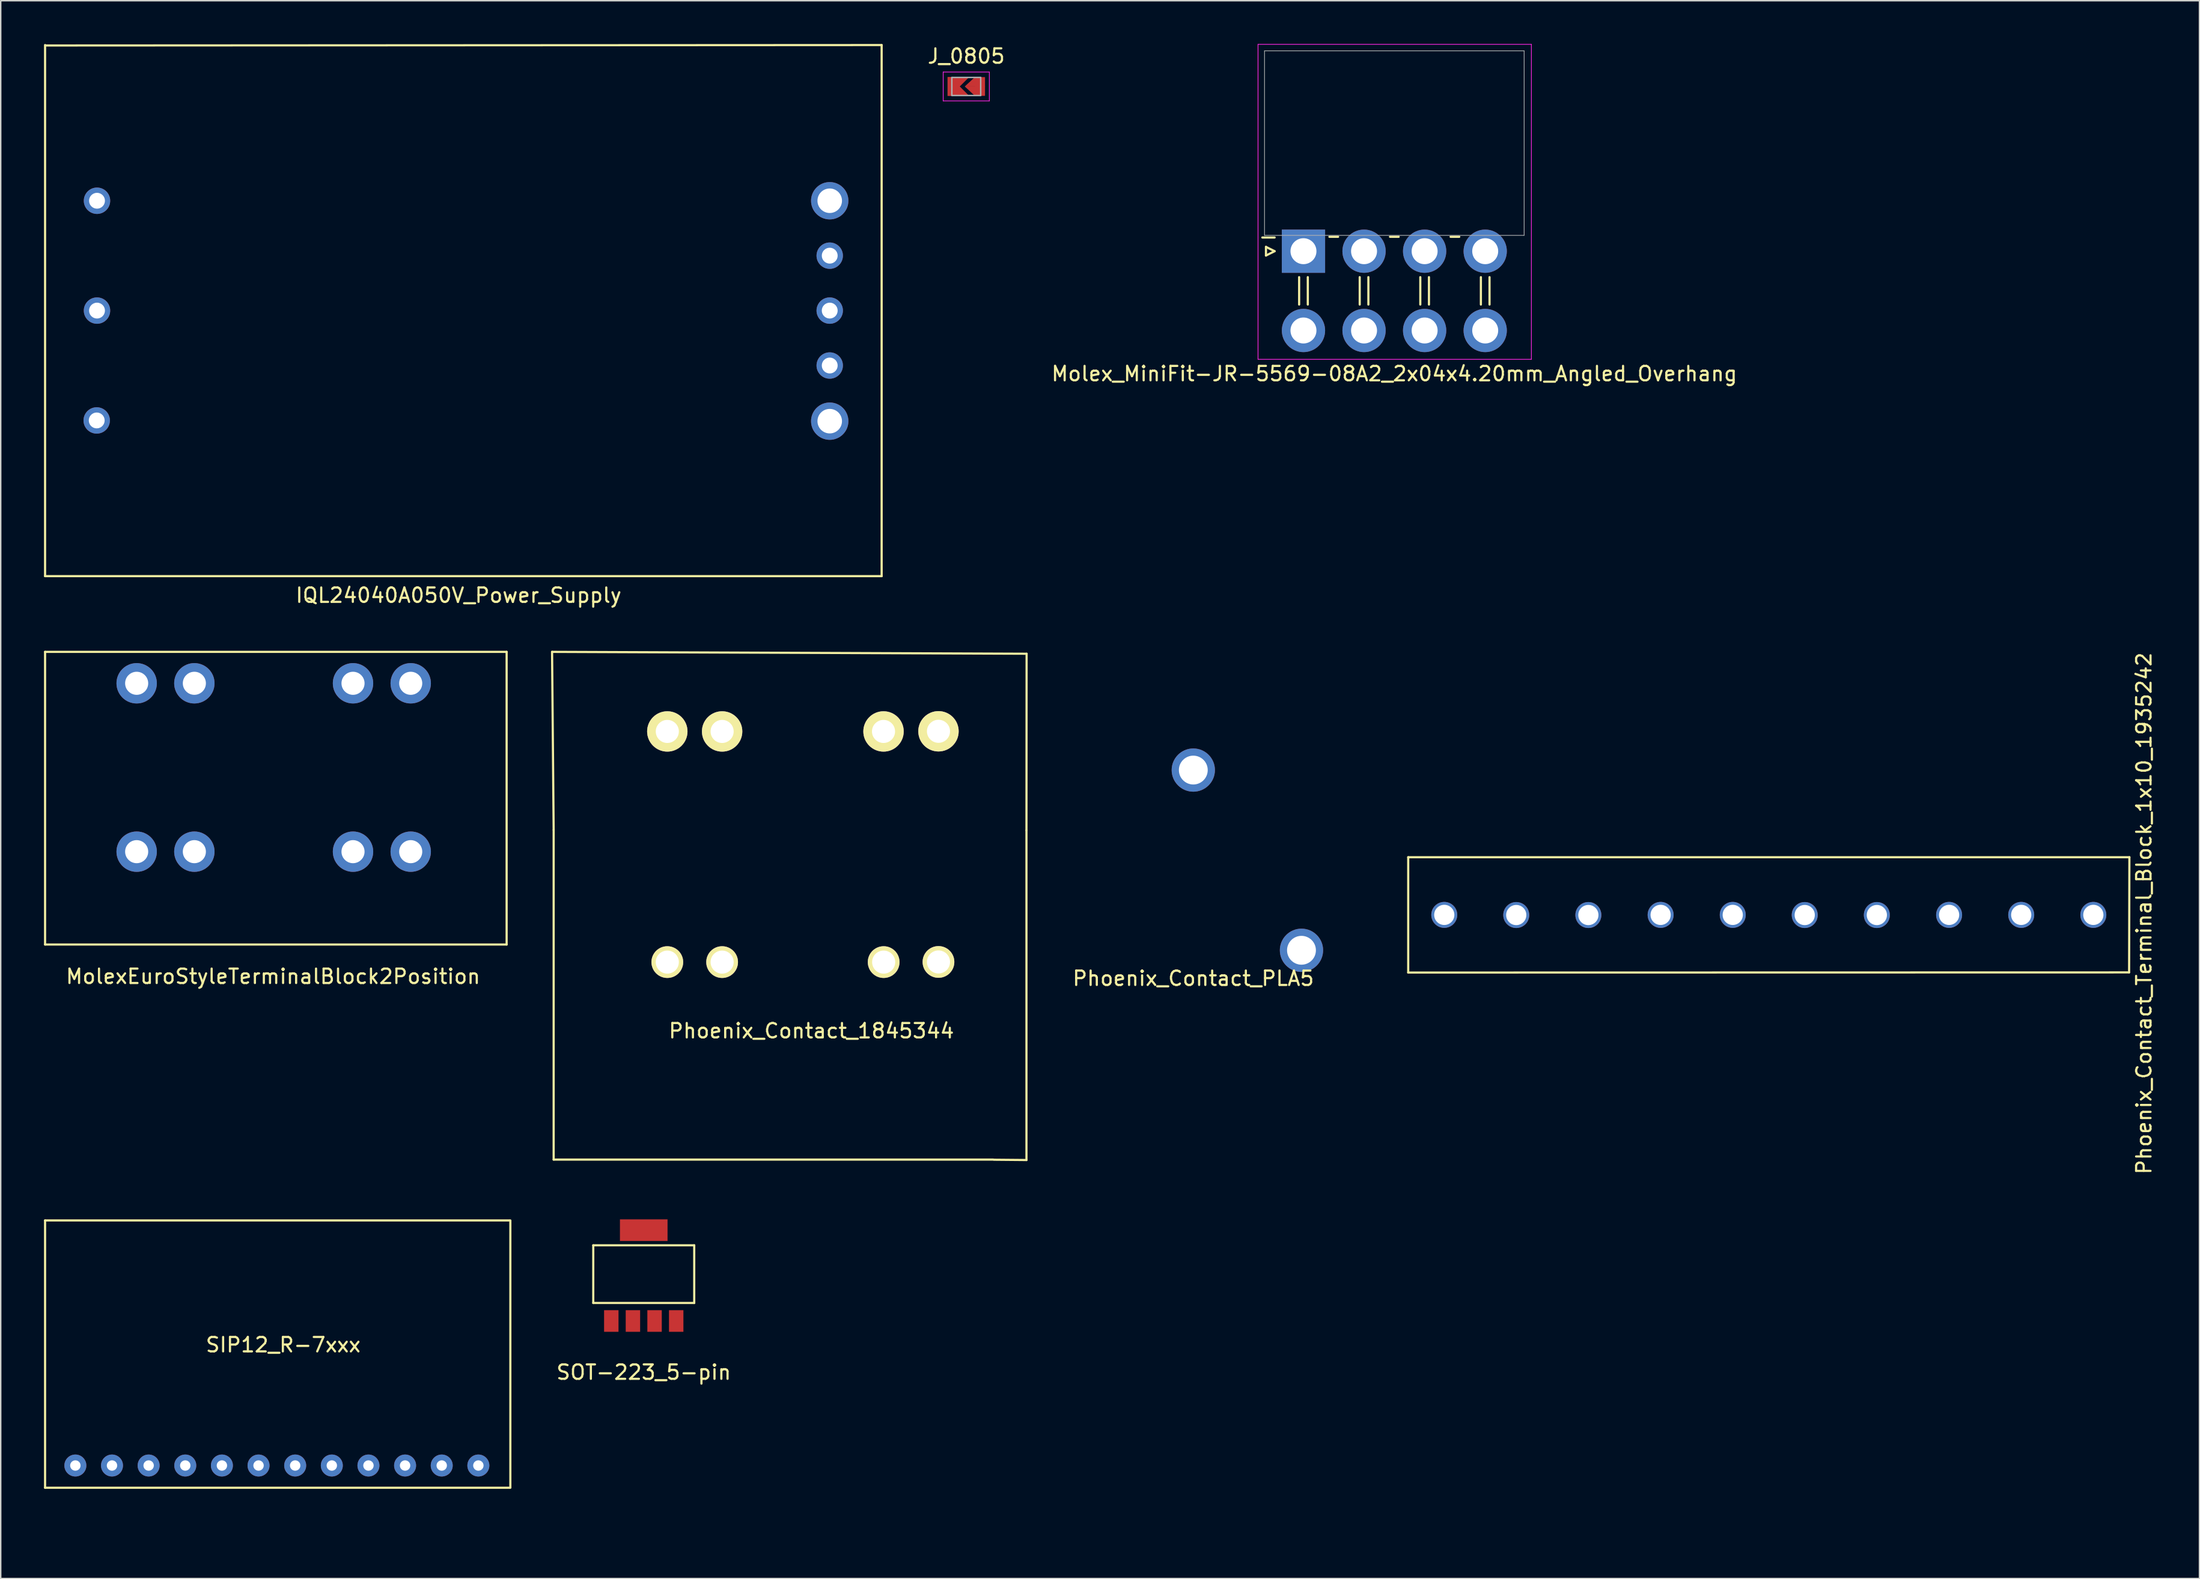
<source format=kicad_pcb>
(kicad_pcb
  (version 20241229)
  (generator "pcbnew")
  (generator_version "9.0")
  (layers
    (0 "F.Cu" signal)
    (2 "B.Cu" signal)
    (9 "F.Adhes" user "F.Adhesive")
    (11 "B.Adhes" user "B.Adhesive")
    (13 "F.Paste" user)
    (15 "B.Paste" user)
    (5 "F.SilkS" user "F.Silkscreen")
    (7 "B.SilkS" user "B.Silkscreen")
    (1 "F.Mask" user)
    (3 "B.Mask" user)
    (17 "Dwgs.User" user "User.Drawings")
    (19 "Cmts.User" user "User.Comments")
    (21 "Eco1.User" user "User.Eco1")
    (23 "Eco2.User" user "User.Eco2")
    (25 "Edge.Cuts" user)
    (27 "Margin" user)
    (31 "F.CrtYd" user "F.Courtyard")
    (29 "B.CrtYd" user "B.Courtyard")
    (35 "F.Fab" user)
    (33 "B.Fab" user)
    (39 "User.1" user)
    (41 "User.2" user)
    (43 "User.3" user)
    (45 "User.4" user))
  (footprint "IQL24040A050V_Power_Supply"
    (layer "F.Cu")
    (at 54.475 10.875)
    (property "Reference" "IQL24040A050V_Power_Supply" (at -25.73 27.37 180) (layer "F.SilkS") (effects (font (size 1 1) (thickness 0.15))))
    (attr through_hole)
    (fp_line (start -54.4 26.04) (end -54.4 -10.8) (stroke (width 0.15) (type solid)) (layer "F.SilkS"))
    (fp_line (start -54.36 -10.77) (end 3.6 -10.8) (stroke (width 0.15) (type solid)) (layer "F.SilkS"))
    (fp_line (start 3.6 -10.8) (end 3.6 26.04) (stroke (width 0.15) (type solid)) (layer "F.SilkS"))
    (fp_line (start 3.6 26.04) (end -54.4 26.04) (stroke (width 0.15) (type solid)) (layer "F.SilkS"))
    (pad "1" thru_hole circle (at -50.8 0) (size 1.83 1.83) (drill 1.1) (layers "*.Cu" "*.Mask"))
    (pad "2" thru_hole circle (at -50.8 7.62) (size 1.83 1.83) (drill 1.1) (layers "*.Cu" "*.Mask"))
    (pad "3" thru_hole circle (at -50.82 15.24) (size 1.83 1.83) (drill 1.1) (layers "*.Cu" "*.Mask"))
    (pad "4" thru_hole circle (at 0 15.29) (size 2.59 2.59) (drill 1.7) (layers "*.Cu" "*.Mask"))
    (pad "6" thru_hole circle (at 0 7.62) (size 1.83 1.83) (drill 1.1) (layers "*.Cu" "*.Mask"))
    (pad "7" thru_hole circle (at 0 3.81) (size 1.83 1.83) (drill 1.1) (layers "*.Cu" "*.Mask"))
    (pad "8" thru_hole circle (at 0 0) (size 2.59 2.59) (drill 1.7) (layers "*.Cu" "*.Mask"))
    (pad "8" thru_hole circle (at 0 11.43) (size 1.83 1.83) (drill 1.1) (layers "*.Cu" "*.Mask")))
  (footprint "MolexEuroStyleTerminalBlock2Position"
    (layer "F.Cu")
    (at 16.075 62.468)
    (property "Reference" "MolexEuroStyleTerminalBlock2Position" (at -0.19 2.215 0) (layer "F.SilkS") (effects (font (size 1 1) (thickness 0.15))))
    (attr through_hole)
    (fp_line (start -16 0) (end -16 -20.3) (stroke (width 0.15) (type solid)) (layer "F.SilkS"))
    (fp_line (start 16 -20.3) (end -16 -20.3) (stroke (width 0.15) (type solid)) (layer "F.SilkS"))
    (fp_line (start 16 0) (end -16 0) (stroke (width 0.15) (type solid)) (layer "F.SilkS"))
    (fp_line (start 16 0) (end 16 -20.3) (stroke (width 0.15) (type solid)) (layer "F.SilkS"))
    (pad "1" thru_hole circle (at -9.65 -6.44) (size 2.8 2.8) (drill 1.6) (layers "*.Cu" "*.Mask"))
    (pad "2" thru_hole circle (at -5.65 -6.44) (size 2.8 2.8) (drill 1.6) (layers "*.Cu" "*.Mask"))
    (pad "3" thru_hole circle (at -9.65 -18.12) (size 2.8 2.8) (drill 1.6) (layers "*.Cu" "*.Mask"))
    (pad "4" thru_hole circle (at -5.65 -18.12) (size 2.8 2.8) (drill 1.6) (layers "*.Cu" "*.Mask"))
    (pad "5" thru_hole circle (at 5.35 -18.12) (size 2.8 2.8) (drill 1.6) (layers "*.Cu" "*.Mask"))
    (pad "6" thru_hole circle (at 9.35 -18.12) (size 2.8 2.8) (drill 1.6) (layers "*.Cu" "*.Mask"))
    (pad "7" thru_hole circle (at 5.35 -6.44) (size 2.8 2.8) (drill 1.6) (layers "*.Cu" "*.Mask"))
    (pad "8" thru_hole circle (at 9.35 -6.44) (size 2.8 2.8) (drill 1.6) (layers "*.Cu" "*.Mask")))
  (footprint "SOT-223_5-pin"
    (layer "F.Cu")
    (at 41.581 88.584)
    (property "Reference" "SOT-223_5-pin" (at 0 3.556 0) (layer "F.SilkS") (effects (font (size 1 1) (thickness 0.15))))
    (attr through_hole)
    (fp_line (start -3.5 -5.25) (end 3.5 -5.25) (stroke (width 0.15) (type solid)) (layer "F.SilkS"))
    (fp_line (start -3.5 -1.25) (end -3.5 -5.25) (stroke (width 0.15) (type solid)) (layer "F.SilkS"))
    (fp_line (start 3.5 -5.25) (end 3.5 -1.25) (stroke (width 0.15) (type solid)) (layer "F.SilkS"))
    (fp_line (start 3.5 -1.25) (end -3.5 -1.25) (stroke (width 0.15) (type solid)) (layer "F.SilkS"))
    (pad "1" smd rect (at -2.25 0) (size 1 1.5) (layers "F.Cu" "F.Mask" "F.Paste"))
    (pad "2" smd rect (at -0.75 0) (size 1 1.5) (layers "F.Cu" "F.Mask" "F.Paste"))
    (pad "3" smd rect (at 0.75 0) (size 1 1.5) (layers "F.Cu" "F.Mask" "F.Paste"))
    (pad "4" smd rect (at 2.25 0) (size 1 1.5) (layers "F.Cu" "F.Mask" "F.Paste"))
    (pad "5" smd rect (at 0 -6.3) (size 3.3 1.5) (layers "F.Cu" "F.Mask" "F.Paste")))
  (footprint "Phoenix_Contact_Terminal_Block_1x10_1935242"
    (layer "F.Cu")
    (at 119.582 60.413)
    (property "Reference" "Phoenix_Contact_Terminal_Block_1x10_1935242" (at 26.01 -0.1 90) (layer "F.SilkS") (effects (font (size 1 1) (thickness 0.15))))
    (attr through_hole)
    (fp_line (start -25 -4) (end 25 -4) (stroke (width 0.15) (type solid)) (layer "F.SilkS"))
    (fp_line (start -25 4) (end -25 -4) (stroke (width 0.15) (type solid)) (layer "F.SilkS"))
    (fp_line (start 24.98 3.99) (end -25 4) (stroke (width 0.15) (type solid)) (layer "F.SilkS"))
    (fp_line (start 25 -4) (end 24.98 3.99) (stroke (width 0.15) (type solid)) (layer "F.SilkS"))
    (pad "1" thru_hole circle (at -22.5 0) (size 1.8 1.8) (drill 1.4) (layers "*.Cu" "*.Mask"))
    (pad "2" thru_hole circle (at -17.51 0.01) (size 1.8 1.8) (drill 1.4) (layers "*.Cu" "*.Mask"))
    (pad "3" thru_hole circle (at -12.51 0.01) (size 1.8 1.8) (drill 1.4) (layers "*.Cu" "*.Mask"))
    (pad "4" thru_hole circle (at -7.5 0) (size 1.8 1.8) (drill 1.4) (layers "*.Cu" "*.Mask"))
    (pad "5" thru_hole circle (at -2.5 0) (size 1.8 1.8) (drill 1.4) (layers "*.Cu" "*.Mask"))
    (pad "6" thru_hole circle (at 2.49 0.01) (size 1.8 1.8) (drill 1.4) (layers "*.Cu" "*.Mask"))
    (pad "7" thru_hole circle (at 7.49 0.01) (size 1.8 1.8) (drill 1.4) (layers "*.Cu" "*.Mask"))
    (pad "8" thru_hole circle (at 12.5 0) (size 1.8 1.8) (drill 1.4) (layers "*.Cu" "*.Mask"))
    (pad "9" thru_hole circle (at 17.5 0) (size 1.8 1.8) (drill 1.4) (layers "*.Cu" "*.Mask"))
    (pad "10" thru_hole circle (at 22.5 0) (size 1.8 1.8) (drill 1.4) (layers "*.Cu" "*.Mask")))
  (footprint "SIP12_R-7xxx"
    (layer "F.Cu")
    (at 16.585 103.199)
    (property "Reference" "SIP12_R-7xxx" (at 0 -12.962 0) (layer "F.SilkS") (effects (font (size 1 1) (thickness 0.15))))
    (attr through_hole)
    (fp_line (start -16.51 -21.59) (end -16.51 -3.048) (stroke (width 0.15) (type solid)) (layer "F.SilkS"))
    (fp_line (start -16.51 -21.59) (end 15.69 -21.59) (stroke (width 0.15) (type solid)) (layer "F.SilkS"))
    (fp_line (start -16.51 -3.048) (end 15.69 -3.048) (stroke (width 0.15) (type solid)) (layer "F.SilkS"))
    (fp_line (start 15.748 -21.59) (end 15.748 -3.048) (stroke (width 0.15) (type solid)) (layer "F.SilkS"))
    (pad "1" thru_hole circle (at -14.41 -4.59) (size 1.524 1.524) (drill 0.72) (layers "*.Cu" "*.Mask"))
    (pad "1" thru_hole circle (at -11.87 -4.59) (size 1.524 1.524) (drill 0.72) (layers "*.Cu" "*.Mask"))
    (pad "1" thru_hole circle (at -9.33 -4.59) (size 1.524 1.524) (drill 0.72) (layers "*.Cu" "*.Mask"))
    (pad "1" thru_hole circle (at -6.79 -4.59) (size 1.524 1.524) (drill 0.72) (layers "*.Cu" "*.Mask"))
    (pad "1" thru_hole circle (at -4.25 -4.59) (size 1.524 1.524) (drill 0.72) (layers "*.Cu" "*.Mask"))
    (pad "1" thru_hole circle (at -1.71 -4.59) (size 1.524 1.524) (drill 0.72) (layers "*.Cu" "*.Mask"))
    (pad "1" thru_hole circle (at 0.83 -4.59) (size 1.524 1.524) (drill 0.72) (layers "*.Cu" "*.Mask"))
    (pad "1" thru_hole circle (at 3.37 -4.59) (size 1.524 1.524) (drill 0.72) (layers "*.Cu" "*.Mask"))
    (pad "1" thru_hole circle (at 5.91 -4.59) (size 1.524 1.524) (drill 0.72) (layers "*.Cu" "*.Mask"))
    (pad "1" thru_hole circle (at 8.45 -4.59) (size 1.524 1.524) (drill 0.72) (layers "*.Cu" "*.Mask"))
    (pad "1" thru_hole circle (at 10.99 -4.59) (size 1.524 1.524) (drill 0.72) (layers "*.Cu" "*.Mask"))
    (pad "1" thru_hole circle (at 13.53 -4.59) (size 1.524 1.524) (drill 0.72) (layers "*.Cu" "*.Mask")))
  (footprint "J_0805"
    (layer "F.Cu")
    (at 63.942 2.948)
    (property "Reference" "J_0805" (at 0 -2.1 0) (layer "F.SilkS") (effects (font (size 1 1) (thickness 0.15))))
    (attr smd)
    (fp_line (start -1.6 -1) (end -1.6 1) (stroke (width 0.05) (type solid)) (layer "F.CrtYd"))
    (fp_line (start -1.6 -1) (end 1.6 -1) (stroke (width 0.05) (type solid)) (layer "F.CrtYd"))
    (fp_line (start -1.6 1) (end 1.6 1) (stroke (width 0.05) (type solid)) (layer "F.CrtYd"))
    (fp_line (start 1.6 -1) (end 1.6 1) (stroke (width 0.05) (type solid)) (layer "F.CrtYd"))
    (fp_line (start -1 -0.625) (end 1 -0.625) (stroke (width 0.1) (type solid)) (layer "F.Fab"))
    (fp_line (start -1 0.625) (end -1 -0.625) (stroke (width 0.1) (type solid)) (layer "F.Fab"))
    (fp_line (start 1 -0.625) (end 1 0.625) (stroke (width 0.1) (type solid)) (layer "F.Fab"))
    (fp_line (start 1 0.625) (end -1 0.625) (stroke (width 0.1) (type solid)) (layer "F.Fab"))
    (pad "" smd trapezoid (at -0.55 -0.3 90) (size 0.7 0.8) (rect_delta -0.7 0) (layers "F.Cu" "F.Mask"))
    (pad "" smd trapezoid (at -0.55 0.3 270) (size 0.7 0.8) (rect_delta -0.7 0) (layers "F.Cu" "F.Mask"))
    (pad "" smd trapezoid (at 0.6 -0.325 270) (size 0.65 0.71) (rect_delta -0.7 0) (layers "F.Cu" "F.Mask"))
    (pad "" smd trapezoid (at 0.6 0.325 90) (size 0.65 0.71) (rect_delta -0.7 0) (layers "F.Cu" "F.Mask"))
    (pad "1" smd rect (at -0.95 0) (size 0.7 1.3) (layers "F.Cu" "F.Mask"))
    (pad "2" smd rect (at 0.95 0) (size 0.7 1.3) (layers "F.Cu" "F.Mask")))
  (footprint "Phoenix_Contact_PLA5"
    (layer "F.Cu")
    (at 79.682 50.368)
    (property "Reference" "Phoenix_Contact_PLA5" (at 0 14.45 0) (layer "F.SilkS") (effects (font (size 1 1) (thickness 0.15))))
    (attr through_hole)
    (fp_line (start -4.25 -8.2) (end 11.75 -8.2) (stroke (width 0.15) (type solid)) (layer "B.Paste"))
    (fp_line (start -4.25 20.7) (end -4.25 -8.2) (stroke (width 0.15) (type solid)) (layer "B.Paste"))
    (fp_line (start 7.5 20.7) (end -4.25 20.7) (stroke (width 0.15) (type solid)) (layer "B.Paste"))
    (fp_line (start 11.75 12.5) (end 11.75 -8.2) (stroke (width 0.15) (type solid)) (layer "B.Paste"))
    (fp_line (start 11.75 12.5) (end 11.75 20.7) (stroke (width 0.15) (type solid)) (layer "B.Paste"))
    (fp_line (start 11.75 20.7) (end 7.5 20.7) (stroke (width 0.15) (type solid)) (layer "B.Paste"))
    (pad "1" thru_hole circle (at 0 0) (size 3 3) (drill 2) (layers "*.Cu" "*.Mask"))
    (pad "2" thru_hole circle (at 7.5 12.5) (size 3 3) (drill 2) (layers "*.Cu" "*.Mask")))
  (footprint "Phoenix_Contact_1845344"
    (layer "F.Cu")
    (at 40.415 59.608)
    (property "Reference" "Phoenix_Contact_1845344" (at 12.79 8.85 0) (layer "F.SilkS") (effects (font (size 1 1) (thickness 0.15))))
    (attr through_hole)
    (fp_line (start -5.19 -17.44) (end 27.71 -17.31) (stroke (width 0.15) (type solid)) (layer "F.SilkS"))
    (fp_line (start -5.08 -5.1) (end -5.19 -17.44) (stroke (width 0.15) (type solid)) (layer "F.SilkS"))
    (fp_line (start -5.08 17.78) (end -5.08 -5.08) (stroke (width 0.15) (type solid)) (layer "F.SilkS"))
    (fp_line (start 25.4 17.78) (end -5.08 17.78) (stroke (width 0.15) (type solid)) (layer "F.SilkS"))
    (fp_line (start 25.45 17.79) (end 27.7 17.81) (stroke (width 0.15) (type solid)) (layer "F.SilkS"))
    (fp_line (start 27.7 -5.07) (end 27.71 -17.31) (stroke (width 0.15) (type solid)) (layer "F.SilkS"))
    (fp_line (start 27.7 -5.05) (end 27.7 17.81) (stroke (width 0.15) (type solid)) (layer "F.SilkS"))
    (pad "1" thru_hole circle (at 2.8 -11.92) (size 2.8 2.8) (drill 1.6) (layers "*.Cu" "*.Mask" "F.SilkS"))
    (pad "1" thru_hole circle (at 2.8 4.08) (size 2.2 2.2) (drill 1.6) (layers "*.Cu" "*.Mask" "F.SilkS"))
    (pad "1" thru_hole circle (at 6.6 -11.92) (size 2.8 2.8) (drill 1.6) (layers "*.Cu" "*.Mask" "F.SilkS"))
    (pad "1" thru_hole circle (at 6.6 4.08) (size 2.2 2.2) (drill 1.6) (layers "*.Cu" "*.Mask" "F.SilkS"))
    (pad "2" thru_hole circle (at 17.79 -11.92) (size 2.8 2.8) (drill 1.6) (layers "*.Cu" "*.Mask" "F.SilkS"))
    (pad "2" thru_hole circle (at 17.8 4.08) (size 2.2 2.2) (drill 1.6) (layers "*.Cu" "*.Mask" "F.SilkS"))
    (pad "2" thru_hole circle (at 21.6 -11.93) (size 2.8 2.8) (drill 1.6) (layers "*.Cu" "*.Mask" "F.SilkS"))
    (pad "2" thru_hole circle (at 21.6 4.07) (size 2.2 2.2) (drill 1.6) (layers "*.Cu" "*.Mask" "F.SilkS")))
  (footprint "Molex_MiniFit-JR-5569-08A2_2x04x4.20mm_Angled_Overhang"
    (layer "F.Cu")
    (at 87.32 14.375)
    (property "Reference" "Molex_MiniFit-JR-5569-08A2_2x04x4.20mm_Angled_Overhang" (at 6.3 8.5 0) (layer "F.SilkS") (effects (font (size 1 1) (thickness 0.15))))
    (attr through_hole)
    (fp_line (start -2.6 -0.3) (end -2 0) (stroke (width 0.15) (type solid)) (layer "F.SilkS"))
    (fp_line (start -2.6 0.3) (end -2.6 -0.3) (stroke (width 0.15) (type solid)) (layer "F.SilkS"))
    (fp_line (start -2 -0.95) (end -2.85 -0.95) (stroke (width 0.15) (type solid)) (layer "F.SilkS"))
    (fp_line (start -2 0) (end -2.6 0.3) (stroke (width 0.15) (type solid)) (layer "F.SilkS"))
    (fp_line (start -0.3 1.8) (end -0.3 3.7) (stroke (width 0.15) (type solid)) (layer "F.SilkS"))
    (fp_line (start 0.3 1.8) (end 0.3 3.7) (stroke (width 0.15) (type solid)) (layer "F.SilkS"))
    (fp_line (start 1.8 -1) (end 2.4 -1) (stroke (width 0.15) (type solid)) (layer "F.SilkS"))
    (fp_line (start 3.9 1.8) (end 3.9 3.7) (stroke (width 0.15) (type solid)) (layer "F.SilkS"))
    (fp_line (start 4.5 1.8) (end 4.5 3.7) (stroke (width 0.15) (type solid)) (layer "F.SilkS"))
    (fp_line (start 6 -1) (end 6.6 -1) (stroke (width 0.15) (type solid)) (layer "F.SilkS"))
    (fp_line (start 8.1 1.8) (end 8.1 3.7) (stroke (width 0.15) (type solid)) (layer "F.SilkS"))
    (fp_line (start 8.7 1.8) (end 8.7 3.7) (stroke (width 0.15) (type solid)) (layer "F.SilkS"))
    (fp_line (start 10.2 -1) (end 10.8 -1) (stroke (width 0.15) (type solid)) (layer "F.SilkS"))
    (fp_line (start 12.3 1.8) (end 12.3 3.7) (stroke (width 0.15) (type solid)) (layer "F.SilkS"))
    (fp_line (start 12.9 1.8) (end 12.9 3.7) (stroke (width 0.15) (type solid)) (layer "F.SilkS"))
    (fp_line (start -3.15 -14.35) (end -3.15 7.5) (stroke (width 0.05) (type solid)) (layer "F.CrtYd"))
    (fp_line (start -3.15 7.5) (end 15.8 7.5) (stroke (width 0.05) (type solid)) (layer "F.CrtYd"))
    (fp_line (start 15.8 -14.35) (end -3.15 -14.35) (stroke (width 0.05) (type solid)) (layer "F.CrtYd"))
    (fp_line (start 15.8 7.5) (end 15.8 -14.35) (stroke (width 0.05) (type solid)) (layer "F.CrtYd"))
    (fp_line (start -2.7 -13.9) (end -2.7 -1.1) (stroke (width 0.05) (type solid)) (layer "F.Fab"))
    (fp_line (start -2.7 -1.1) (end 15.3 -1.1) (stroke (width 0.05) (type solid)) (layer "F.Fab"))
    (fp_line (start 15.3 -13.9) (end -2.7 -13.9) (stroke (width 0.05) (type solid)) (layer "F.Fab"))
    (fp_line (start 15.3 -1.1) (end 15.3 -13.9) (stroke (width 0.05) (type solid)) (layer "F.Fab"))
    (pad "1" thru_hole rect (at 0 0) (size 3 3) (drill 1.8) (layers "*.Cu" "*.Mask"))
    (pad "2" thru_hole circle (at 4.2 0) (size 3 3) (drill 1.8) (layers "*.Cu" "*.Mask"))
    (pad "3" thru_hole circle (at 8.4 0) (size 3 3) (drill 1.8) (layers "*.Cu" "*.Mask"))
    (pad "4" thru_hole circle (at 12.6 0) (size 3 3) (drill 1.8) (layers "*.Cu" "*.Mask"))
    (pad "5" thru_hole circle (at 0 5.5) (size 3 3) (drill 1.8) (layers "*.Cu" "*.Mask"))
    (pad "6" thru_hole circle (at 4.2 5.5) (size 3 3) (drill 1.8) (layers "*.Cu" "*.Mask"))
    (pad "7" thru_hole circle (at 8.4 5.5) (size 3 3) (drill 1.8) (layers "*.Cu" "*.Mask"))
    (pad "8" thru_hole circle (at 12.6 5.5) (size 3 3) (drill 1.8) (layers "*.Cu" "*.Mask")))
  (gr_rect
    (start -3 -3)
    (end 149.44 106.449)
    (stroke (width 0.1) (type default))
    (fill no)
    (layer "Edge.Cuts")))
</source>
